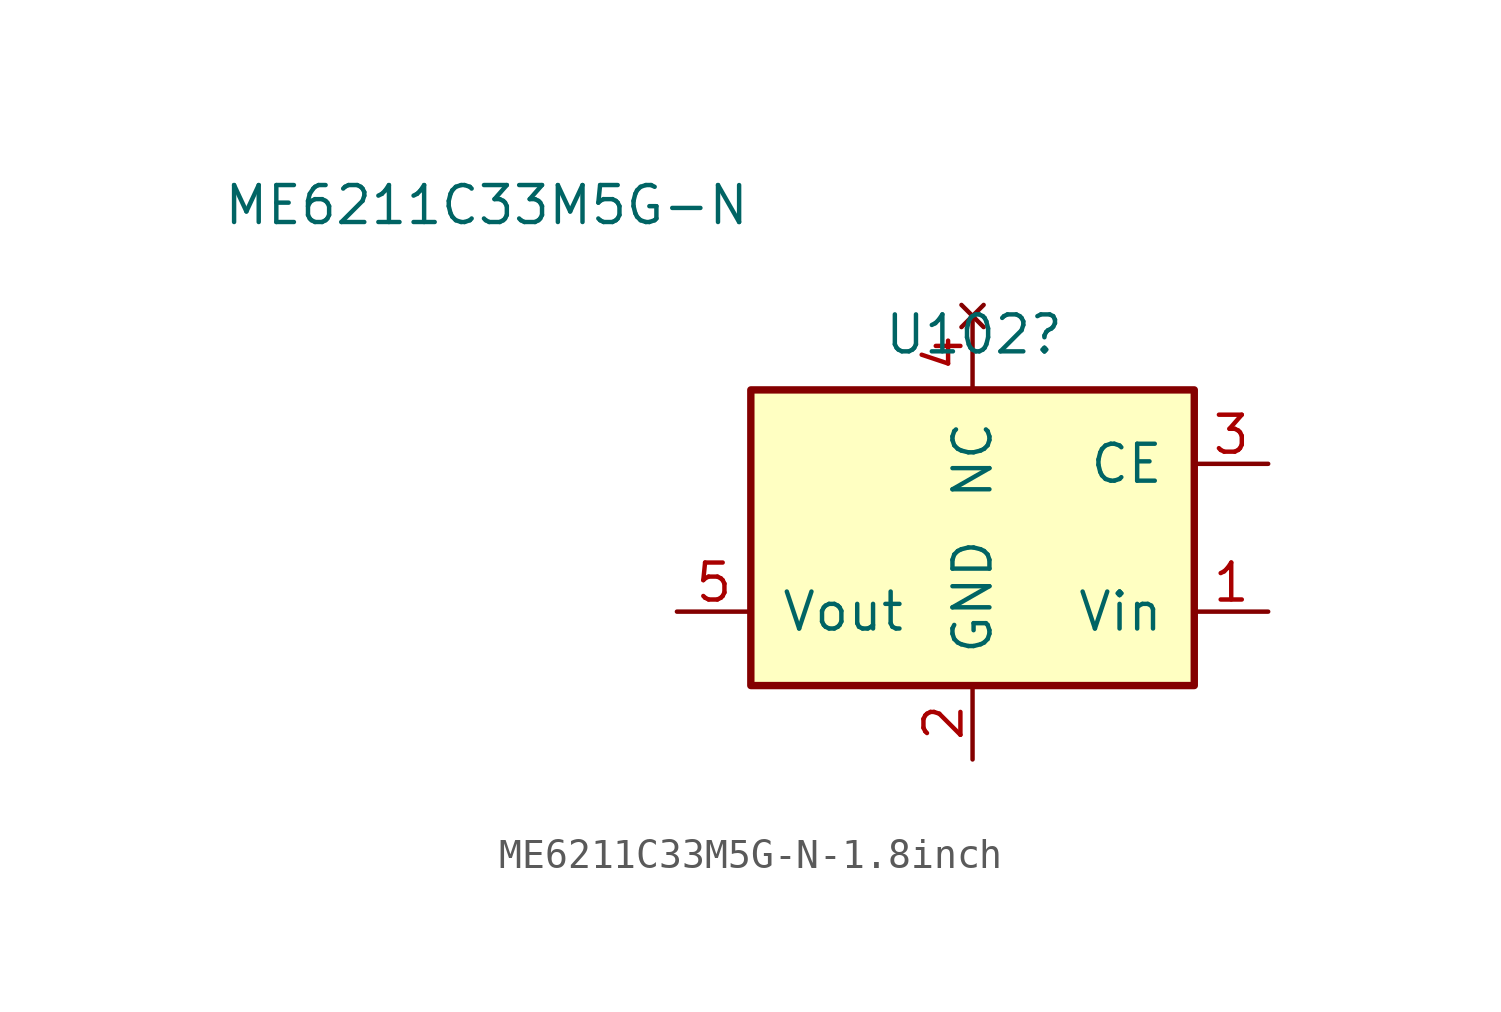
<source format=kicad_sym>
(kicad_symbol_lib
  (version 20211014)
  (generator kicad_symbol_editor)
  (symbol "ME6211C33M5G-N-1.8inch"
    (pin_names
      (offset 1.016))
    (property "Reference" "U102"
      (at 3.175 6.985 0)
      (effects (font (size 1.27 1.27)) (justify right)))
    (property "Value" "ME6211C33M5G-N"
      (at -7.62 11.43 0)
      (effects (font (size 1.27 1.27)) (justify right)))
    (symbol "ME6211C33M5G-N-1.8inch_0_1"
      (rectangle (start -7.62 5.08) (end 7.62 -5.08) (stroke (width 0.254) (type default) (color 0 0 0 0)) (fill (type background))))
    (symbol "ME6211C33M5G-N-1.8inch_1_1"
      (pin output line (at 10.16 -2.54 180) (length 2.54) (name "Vin" (effects (font (size 1.27 1.27)))) (number "1" (effects (font (size 1.27 1.27)))))
      (pin power_in line (at 0 -7.62 90) (length 2.54) (name "GND" (effects (font (size 1.27 1.27)))) (number "2" (effects (font (size 1.27 1.27)))))
      (pin power_out line (at 10.16 2.54 180) (length 2.54) (name "CE" (effects (font (size 1.27 1.27)))) (number "3" (effects (font (size 1.27 1.27)))))
      (pin no_connect line (at 0 7.62 270) (length 2.54) (name "NC" (effects (font (size 1.27 1.27)))) (number "4" (effects (font (size 1.27 1.27)))))
      (pin input line (at -10.16 -2.54 0) (length 2.54) (name "Vout" (effects (font (size 1.27 1.27)))) (number "5" (effects (font (size 1.27 1.27))))))))
</source>
